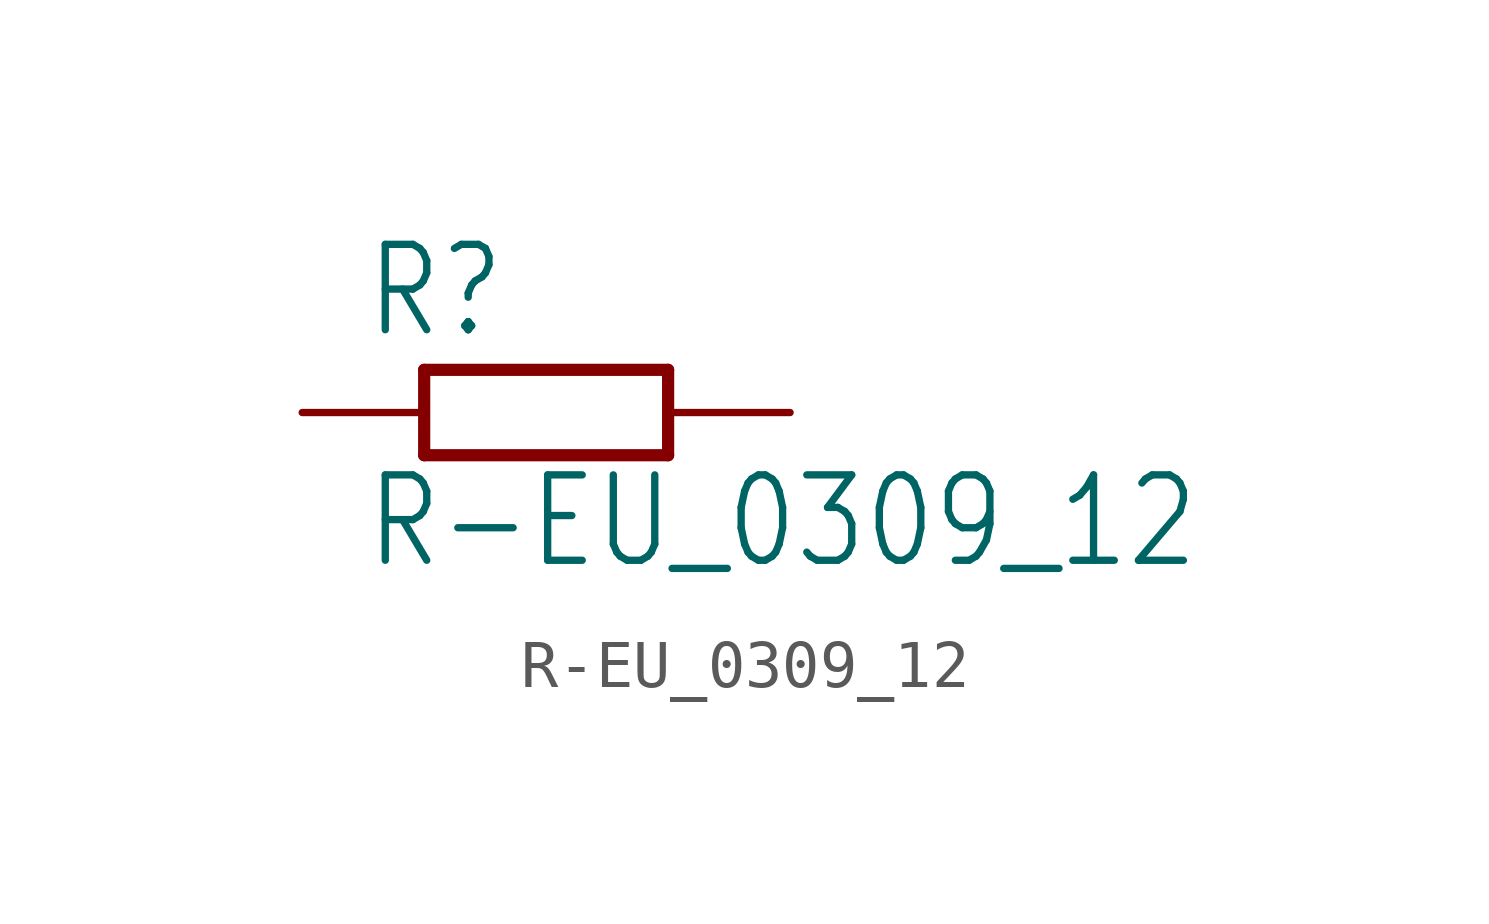
<source format=kicad_sym>
(kicad_symbol_lib
  (version 20201005)
  (generator kicad_symbol_editor)
  (symbol "R-EU_0309_12"
    (property "Reference" "R"
      (at -3.81 1.499 0)
      (effects (font (size 1.778 1.511)) (justify left bottom)))
    (property "Value" "R-EU_0309_12"
      (at -3.81 -3.302 0)
      (effects (font (size 1.778 1.511)) (justify left bottom)))
    (property "ki_locked" ""
      (at 0 0 0)
      (effects (font (size 1.27 1.27))))
    (symbol "R-EU_0309_12_1_0"
      (polyline (pts (xy -2.54 -0.889) (xy 2.54 -0.889)) (stroke (width 0.254)) (fill (type none)))
      (polyline (pts (xy 2.54 0.889) (xy -2.54 0.889)) (stroke (width 0.254)) (fill (type none)))
      (polyline (pts (xy 2.54 -0.889) (xy 2.54 0.889)) (stroke (width 0.254)) (fill (type none)))
      (polyline (pts (xy -2.54 -0.889) (xy -2.54 0.889)) (stroke (width 0.254)) (fill (type none)))
      (pin passive line (at 5.08 0 180) (length 2.54) (name "2" (effects (font (size 0 0)))) (number "2" (effects (font (size 0 0)))))
      (pin passive line (at -5.08 0 0) (length 2.54) (name "1" (effects (font (size 0 0)))) (number "1" (effects (font (size 0 0))))))))
</source>
